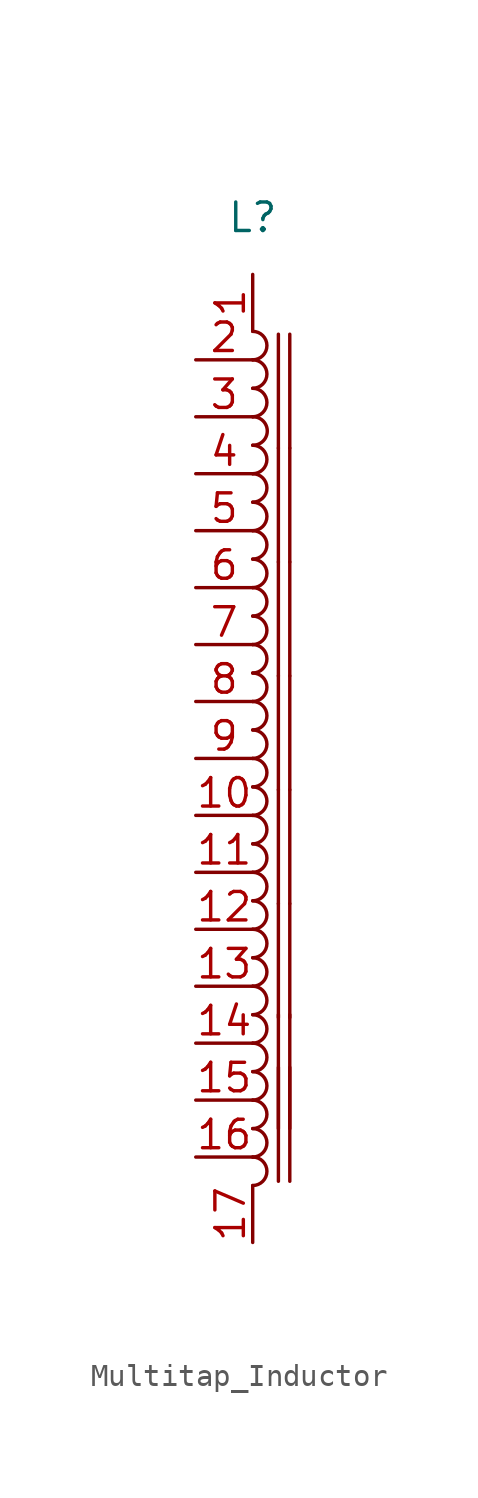
<source format=kicad_sym>
(kicad_symbol_lib
  (version 20241209)
  (generator "kicad_symbol_editor")
  (generator_version "9.0")
  (symbol "Multitap_Inductor"
    (property "Reference" "L"
      (at 0 0 0)
      (effects (font (size 1.27 1.27))))
    (property "Value" ""
      (at 0 0 0)
      (effects (font (size 1.27 1.27))))
    (symbol "Multitap_Inductor_0_1"
      (arc (start 0 -5.08) (mid 0.635 -5.715) (end 0 -6.35) (stroke (width 0) (type default)) (fill (type none)))
      (arc (start 0 -6.35) (mid 0.635 -6.985) (end 0 -7.62) (stroke (width 0) (type default)) (fill (type none)))
      (arc (start 0 -7.62) (mid 0.635 -8.255) (end 0 -8.89) (stroke (width 0) (type default)) (fill (type none)))
      (arc (start 0 -10.16) (mid 0.635 -10.795) (end 0 -11.43) (stroke (width 0) (type default)) (fill (type none)))
      (arc (start 0 -11.43) (mid 0.635 -12.065) (end 0 -12.7) (stroke (width 0) (type default)) (fill (type none)))
      (arc (start 0 -12.7) (mid 0.635 -13.335) (end 0 -13.97) (stroke (width 0) (type default)) (fill (type none)))
      (arc (start 0 -13.97) (mid 0.635 -14.605) (end 0 -15.24) (stroke (width 0) (type default)) (fill (type none)))
      (arc (start 0 -15.24) (mid 0.635 -15.875) (end 0 -16.51) (stroke (width 0) (type default)) (fill (type none)))
      (arc (start 0 -16.51) (mid 0.635 -17.145) (end 0 -17.78) (stroke (width 0) (type default)) (fill (type none)))
      (arc (start 0 -17.78) (mid 0.635 -18.415) (end 0 -19.05) (stroke (width 0) (type default)) (fill (type none)))
      (arc (start 0 -19.05) (mid 0.635 -19.685) (end 0 -20.32) (stroke (width 0) (type default)) (fill (type none)))
      (arc (start 0 -20.32) (mid 0.635 -20.955) (end 0 -21.59) (stroke (width 0) (type default)) (fill (type none)))
      (arc (start 0 -22.86) (mid 0.635 -23.495) (end 0 -24.13) (stroke (width 0) (type default)) (fill (type none)))
      (arc (start 0 -24.13) (mid 0.635 -24.765) (end 0 -25.4) (stroke (width 0) (type default)) (fill (type none)))
      (arc (start 0 -25.4) (mid 0.635 -26.035) (end 0 -26.67) (stroke (width 0) (type default)) (fill (type none)))
      (arc (start 0 -26.67) (mid 0.635 -27.305) (end 0 -27.94) (stroke (width 0) (type default)) (fill (type none)))
      (arc (start 0 -27.94) (mid 0.635 -28.575) (end 0 -29.21) (stroke (width 0) (type default)) (fill (type none)))
      (arc (start 0 -29.21) (mid 0.635 -29.845) (end 0 -30.48) (stroke (width 0) (type default)) (fill (type none)))
      (arc (start 0 -30.48) (mid 0.635 -31.115) (end 0 -31.75) (stroke (width 0) (type default)) (fill (type none)))
      (arc (start 0 -31.75) (mid 0.635 -32.385) (end 0 -33.02) (stroke (width 0) (type default)) (fill (type none)))
      (arc (start 0 -33.02) (mid 0.635 -33.655) (end 0 -34.29) (stroke (width 0) (type default)) (fill (type none)))
      (arc (start 0 -34.29) (mid 0.635 -34.925) (end 0 -35.56) (stroke (width 0) (type default)) (fill (type none)))
      (arc (start 0 -35.56) (mid 0.635 -36.195) (end 0 -36.83) (stroke (width 0) (type default)) (fill (type none)))
      (arc (start 0 -36.83) (mid 0.635 -37.465) (end 0 -38.1) (stroke (width 0) (type default)) (fill (type none)))
      (arc (start 0 -38.1) (mid 0.635 -38.735) (end 0 -39.37) (stroke (width 0) (type default)) (fill (type none)))
      (arc (start 0 -39.37) (mid 0.635 -40.005) (end 0 -40.64) (stroke (width 0) (type default)) (fill (type none)))
      (arc (start 0 -40.64) (mid 0.635 -41.275) (end 0 -41.91) (stroke (width 0) (type default)) (fill (type none)))
      (arc (start 0 -41.91) (mid 0.635 -42.545) (end 0 -43.18) (stroke (width 0) (type default)) (fill (type none)))
      (arc (start 0 -8.89) (mid 0.6511 -9.525) (end 0 -10.16) (stroke (width 0) (type default)) (fill (type none)))
      (polyline (pts (xy 1.146 -5.207) (xy 1.146 -10.287)) (stroke (width 0) (type default)) (fill (type none)))
      (polyline (pts (xy 1.146 -10.287) (xy 1.146 -15.367)) (stroke (width 0) (type default)) (fill (type none)))
      (polyline (pts (xy 1.146 -15.367) (xy 1.146 -20.447)) (stroke (width 0) (type default)) (fill (type none)))
      (polyline (pts (xy 1.146 -20.447) (xy 1.146 -25.527)) (stroke (width 0) (type default)) (fill (type none)))
      (polyline (pts (xy 1.146 -25.527) (xy 1.146 -30.607)) (stroke (width 0) (type default)) (fill (type none)))
      (polyline (pts (xy 1.146 -30.607) (xy 1.146 -35.687)) (stroke (width 0) (type default)) (fill (type none)))
      (polyline (pts (xy 1.146 -35.56) (xy 1.146 -40.64)) (stroke (width 0) (type default)) (fill (type none)))
      (polyline (pts (xy 1.147 -37.91) (xy 1.147 -42.99)) (stroke (width 0) (type default)) (fill (type none)))
      (polyline (pts (xy 1.654 -10.287) (xy 1.654 -5.207)) (stroke (width 0) (type default)) (fill (type none)))
      (polyline (pts (xy 1.654 -15.367) (xy 1.654 -10.287)) (stroke (width 0) (type default)) (fill (type none)))
      (polyline (pts (xy 1.654 -20.447) (xy 1.654 -15.367)) (stroke (width 0) (type default)) (fill (type none)))
      (polyline (pts (xy 1.654 -25.527) (xy 1.654 -20.447)) (stroke (width 0) (type default)) (fill (type none)))
      (polyline (pts (xy 1.654 -30.607) (xy 1.654 -25.527)) (stroke (width 0) (type default)) (fill (type none)))
      (polyline (pts (xy 1.654 -35.687) (xy 1.654 -30.607)) (stroke (width 0) (type default)) (fill (type none)))
      (polyline (pts (xy 1.654 -40.64) (xy 1.654 -35.56)) (stroke (width 0) (type default)) (fill (type none)))
      (polyline (pts (xy 1.655 -42.99) (xy 1.655 -37.91)) (stroke (width 0) (type default)) (fill (type none))))
    (symbol "Multitap_Inductor_1_1"
      (arc (start 0 -21.59) (mid 0.635 -22.225) (end 0 -22.86) (stroke (width 0) (type solid)) (fill (type none)))
      (pin input line (at -2.54 -6.35 0) (length 2.54) (name "" (effects (font (size 1.27 1.27)))) (number "2" (effects (font (size 1.27 1.27)))))
      (pin input line (at -2.54 -8.89 0) (length 2.54) (name "" (effects (font (size 1.27 1.27)))) (number "3" (effects (font (size 1.27 1.27)))))
      (pin input line (at -2.54 -11.43 0) (length 2.54) (name "" (effects (font (size 1.27 1.27)))) (number "4" (effects (font (size 1.27 1.27)))))
      (pin input line (at -2.54 -13.97 0) (length 2.54) (name "" (effects (font (size 1.27 1.27)))) (number "5" (effects (font (size 1.27 1.27)))))
      (pin input line (at -2.54 -16.51 0) (length 2.54) (name "" (effects (font (size 1.27 1.27)))) (number "6" (effects (font (size 1.27 1.27)))))
      (pin input line (at -2.54 -19.05 0) (length 2.54) (name "" (effects (font (size 1.27 1.27)))) (number "7" (effects (font (size 1.27 1.27)))))
      (pin input line (at -2.54 -21.59 0) (length 2.54) (name "" (effects (font (size 1.27 1.27)))) (number "8" (effects (font (size 1.27 1.27)))))
      (pin input line (at -2.54 -24.13 0) (length 2.54) (name "" (effects (font (size 1.27 1.27)))) (number "9" (effects (font (size 1.27 1.27)))))
      (pin input line (at -2.54 -26.67 0) (length 2.54) (name "" (effects (font (size 1.27 1.27)))) (number "10" (effects (font (size 1.27 1.27)))))
      (pin input line (at -2.54 -29.21 0) (length 2.54) (name "" (effects (font (size 1.27 1.27)))) (number "11" (effects (font (size 1.27 1.27)))))
      (pin input line (at -2.54 -31.75 0) (length 2.54) (name "" (effects (font (size 1.27 1.27)))) (number "12" (effects (font (size 1.27 1.27)))))
      (pin input line (at -2.54 -34.29 0) (length 2.54) (name "" (effects (font (size 1.27 1.27)))) (number "13" (effects (font (size 1.27 1.27)))))
      (pin input line (at -2.54 -36.83 0) (length 2.54) (name "" (effects (font (size 1.27 1.27)))) (number "14" (effects (font (size 1.27 1.27)))))
      (pin input line (at -2.54 -39.37 0) (length 2.54) (name "" (effects (font (size 1.27 1.27)))) (number "15" (effects (font (size 1.27 1.27)))))
      (pin input line (at -2.54 -41.91 0) (length 2.54) (name "" (effects (font (size 1.27 1.27)))) (number "16" (effects (font (size 1.27 1.27)))))
      (pin input line (at 0 -2.54 270) (length 2.54) (name "" (effects (font (size 1.27 1.27)))) (number "1" (effects (font (size 1.27 1.27)))))
      (pin input line (at 0 -45.72 90) (length 2.54) (name "" (effects (font (size 1.27 1.27)))) (number "17" (effects (font (size 1.27 1.27))))))))
</source>
